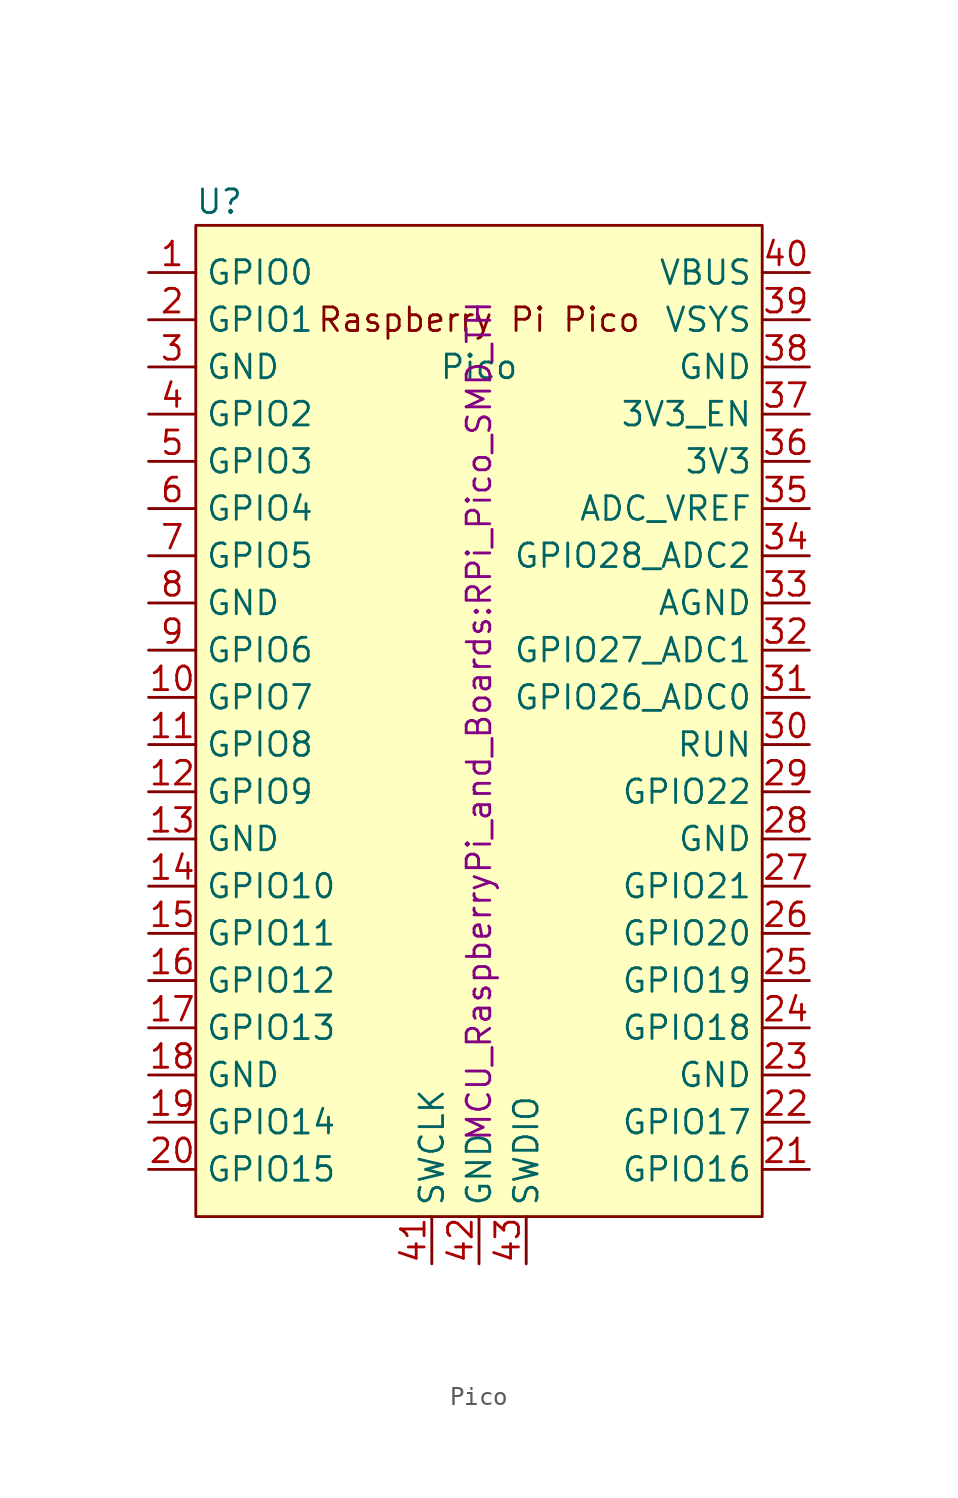
<source format=kicad_sym>
(kicad_symbol_lib
  (version 20220914)
  (generator kicad_symbol_editor)
  (symbol "Pico"
    (property "Reference" "U"
      (at -13.97 27.94 0)
      (effects (font (size 1.27 1.27))))
    (property "Value" "Pico"
      (at 0 19.05 0)
      (effects (font (size 1.27 1.27))))
    (property "Footprint" "MCU_RaspberryPi_and_Boards:RPi_Pico_SMD_TH"
      (at 0 0 90)
      (effects (font (size 1.27 1.27))))
    (symbol "Pico_0_0"
      (text "Raspberry Pi Pico" (at 0 21.59 0) (effects (font (size 1.27 1.27)))))
    (symbol "Pico_0_1"
      (rectangle (start -15.24 26.67) (end 15.24 -26.67) (stroke (width 0) (type default)) (fill (type background))))
    (symbol "Pico_1_1"
      (pin bidirectional line (at -17.78 24.13 0) (length 2.54) (name "GPIO0" (effects (font (size 1.27 1.27)))) (number "1" (effects (font (size 1.27 1.27)))))
      (pin bidirectional line (at -17.78 1.27 0) (length 2.54) (name "GPIO7" (effects (font (size 1.27 1.27)))) (number "10" (effects (font (size 1.27 1.27)))))
      (pin bidirectional line (at -17.78 -1.27 0) (length 2.54) (name "GPIO8" (effects (font (size 1.27 1.27)))) (number "11" (effects (font (size 1.27 1.27)))))
      (pin bidirectional line (at -17.78 -3.81 0) (length 2.54) (name "GPIO9" (effects (font (size 1.27 1.27)))) (number "12" (effects (font (size 1.27 1.27)))))
      (pin power_in line (at -17.78 -6.35 0) (length 2.54) (name "GND" (effects (font (size 1.27 1.27)))) (number "13" (effects (font (size 1.27 1.27)))))
      (pin bidirectional line (at -17.78 -8.89 0) (length 2.54) (name "GPIO10" (effects (font (size 1.27 1.27)))) (number "14" (effects (font (size 1.27 1.27)))))
      (pin bidirectional line (at -17.78 -11.43 0) (length 2.54) (name "GPIO11" (effects (font (size 1.27 1.27)))) (number "15" (effects (font (size 1.27 1.27)))))
      (pin bidirectional line (at -17.78 -13.97 0) (length 2.54) (name "GPIO12" (effects (font (size 1.27 1.27)))) (number "16" (effects (font (size 1.27 1.27)))))
      (pin bidirectional line (at -17.78 -16.51 0) (length 2.54) (name "GPIO13" (effects (font (size 1.27 1.27)))) (number "17" (effects (font (size 1.27 1.27)))))
      (pin power_in line (at -17.78 -19.05 0) (length 2.54) (name "GND" (effects (font (size 1.27 1.27)))) (number "18" (effects (font (size 1.27 1.27)))))
      (pin bidirectional line (at -17.78 -21.59 0) (length 2.54) (name "GPIO14" (effects (font (size 1.27 1.27)))) (number "19" (effects (font (size 1.27 1.27)))))
      (pin bidirectional line (at -17.78 21.59 0) (length 2.54) (name "GPIO1" (effects (font (size 1.27 1.27)))) (number "2" (effects (font (size 1.27 1.27)))))
      (pin bidirectional line (at -17.78 -24.13 0) (length 2.54) (name "GPIO15" (effects (font (size 1.27 1.27)))) (number "20" (effects (font (size 1.27 1.27)))))
      (pin bidirectional line (at 17.78 -24.13 180) (length 2.54) (name "GPIO16" (effects (font (size 1.27 1.27)))) (number "21" (effects (font (size 1.27 1.27)))))
      (pin bidirectional line (at 17.78 -21.59 180) (length 2.54) (name "GPIO17" (effects (font (size 1.27 1.27)))) (number "22" (effects (font (size 1.27 1.27)))))
      (pin power_in line (at 17.78 -19.05 180) (length 2.54) (name "GND" (effects (font (size 1.27 1.27)))) (number "23" (effects (font (size 1.27 1.27)))))
      (pin bidirectional line (at 17.78 -16.51 180) (length 2.54) (name "GPIO18" (effects (font (size 1.27 1.27)))) (number "24" (effects (font (size 1.27 1.27)))))
      (pin bidirectional line (at 17.78 -13.97 180) (length 2.54) (name "GPIO19" (effects (font (size 1.27 1.27)))) (number "25" (effects (font (size 1.27 1.27)))))
      (pin bidirectional line (at 17.78 -11.43 180) (length 2.54) (name "GPIO20" (effects (font (size 1.27 1.27)))) (number "26" (effects (font (size 1.27 1.27)))))
      (pin bidirectional line (at 17.78 -8.89 180) (length 2.54) (name "GPIO21" (effects (font (size 1.27 1.27)))) (number "27" (effects (font (size 1.27 1.27)))))
      (pin power_in line (at 17.78 -6.35 180) (length 2.54) (name "GND" (effects (font (size 1.27 1.27)))) (number "28" (effects (font (size 1.27 1.27)))))
      (pin bidirectional line (at 17.78 -3.81 180) (length 2.54) (name "GPIO22" (effects (font (size 1.27 1.27)))) (number "29" (effects (font (size 1.27 1.27)))))
      (pin power_in line (at -17.78 19.05 0) (length 2.54) (name "GND" (effects (font (size 1.27 1.27)))) (number "3" (effects (font (size 1.27 1.27)))))
      (pin input line (at 17.78 -1.27 180) (length 2.54) (name "RUN" (effects (font (size 1.27 1.27)))) (number "30" (effects (font (size 1.27 1.27)))))
      (pin bidirectional line (at 17.78 1.27 180) (length 2.54) (name "GPIO26_ADC0" (effects (font (size 1.27 1.27)))) (number "31" (effects (font (size 1.27 1.27)))))
      (pin bidirectional line (at 17.78 3.81 180) (length 2.54) (name "GPIO27_ADC1" (effects (font (size 1.27 1.27)))) (number "32" (effects (font (size 1.27 1.27)))))
      (pin power_in line (at 17.78 6.35 180) (length 2.54) (name "AGND" (effects (font (size 1.27 1.27)))) (number "33" (effects (font (size 1.27 1.27)))))
      (pin bidirectional line (at 17.78 8.89 180) (length 2.54) (name "GPIO28_ADC2" (effects (font (size 1.27 1.27)))) (number "34" (effects (font (size 1.27 1.27)))))
      (pin power_in line (at 17.78 11.43 180) (length 2.54) (name "ADC_VREF" (effects (font (size 1.27 1.27)))) (number "35" (effects (font (size 1.27 1.27)))))
      (pin power_in line (at 17.78 13.97 180) (length 2.54) (name "3V3" (effects (font (size 1.27 1.27)))) (number "36" (effects (font (size 1.27 1.27)))))
      (pin input line (at 17.78 16.51 180) (length 2.54) (name "3V3_EN" (effects (font (size 1.27 1.27)))) (number "37" (effects (font (size 1.27 1.27)))))
      (pin bidirectional line (at 17.78 19.05 180) (length 2.54) (name "GND" (effects (font (size 1.27 1.27)))) (number "38" (effects (font (size 1.27 1.27)))))
      (pin power_in line (at 17.78 21.59 180) (length 2.54) (name "VSYS" (effects (font (size 1.27 1.27)))) (number "39" (effects (font (size 1.27 1.27)))))
      (pin bidirectional line (at -17.78 16.51 0) (length 2.54) (name "GPIO2" (effects (font (size 1.27 1.27)))) (number "4" (effects (font (size 1.27 1.27)))))
      (pin power_in line (at 17.78 24.13 180) (length 2.54) (name "VBUS" (effects (font (size 1.27 1.27)))) (number "40" (effects (font (size 1.27 1.27)))))
      (pin input line (at -2.54 -29.21 90) (length 2.54) (name "SWCLK" (effects (font (size 1.27 1.27)))) (number "41" (effects (font (size 1.27 1.27)))))
      (pin power_in line (at 0 -29.21 90) (length 2.54) (name "GND" (effects (font (size 1.27 1.27)))) (number "42" (effects (font (size 1.27 1.27)))))
      (pin bidirectional line (at 2.54 -29.21 90) (length 2.54) (name "SWDIO" (effects (font (size 1.27 1.27)))) (number "43" (effects (font (size 1.27 1.27)))))
      (pin bidirectional line (at -17.78 13.97 0) (length 2.54) (name "GPIO3" (effects (font (size 1.27 1.27)))) (number "5" (effects (font (size 1.27 1.27)))))
      (pin bidirectional line (at -17.78 11.43 0) (length 2.54) (name "GPIO4" (effects (font (size 1.27 1.27)))) (number "6" (effects (font (size 1.27 1.27)))))
      (pin bidirectional line (at -17.78 8.89 0) (length 2.54) (name "GPIO5" (effects (font (size 1.27 1.27)))) (number "7" (effects (font (size 1.27 1.27)))))
      (pin power_in line (at -17.78 6.35 0) (length 2.54) (name "GND" (effects (font (size 1.27 1.27)))) (number "8" (effects (font (size 1.27 1.27)))))
      (pin bidirectional line (at -17.78 3.81 0) (length 2.54) (name "GPIO6" (effects (font (size 1.27 1.27)))) (number "9" (effects (font (size 1.27 1.27))))))))
</source>
